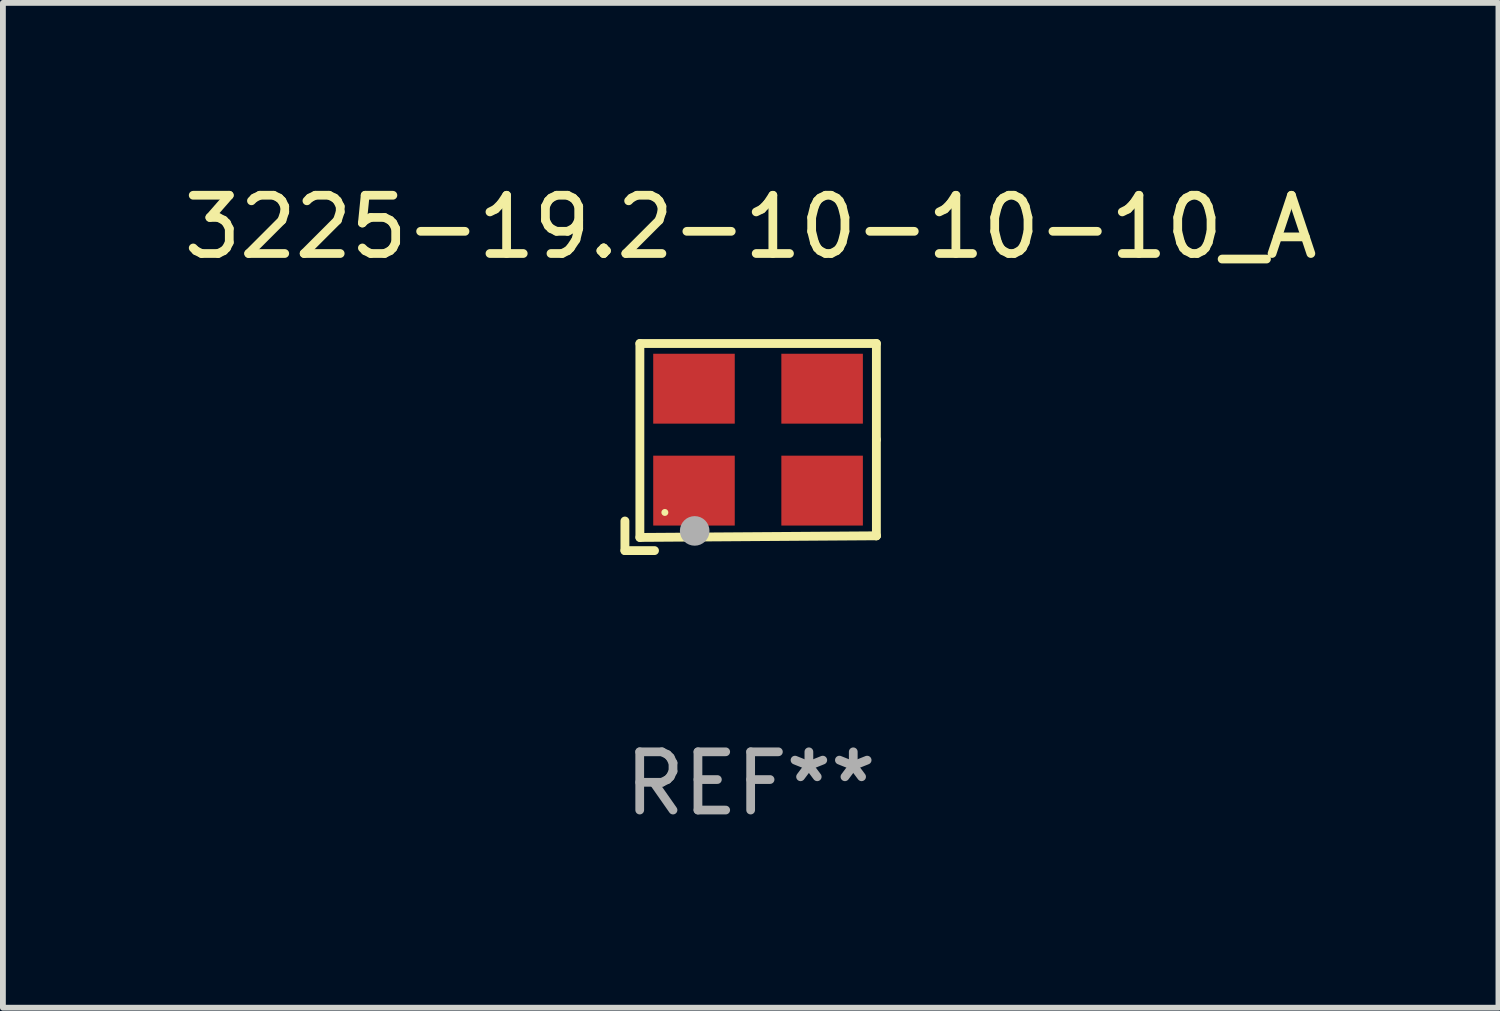
<source format=kicad_pcb>
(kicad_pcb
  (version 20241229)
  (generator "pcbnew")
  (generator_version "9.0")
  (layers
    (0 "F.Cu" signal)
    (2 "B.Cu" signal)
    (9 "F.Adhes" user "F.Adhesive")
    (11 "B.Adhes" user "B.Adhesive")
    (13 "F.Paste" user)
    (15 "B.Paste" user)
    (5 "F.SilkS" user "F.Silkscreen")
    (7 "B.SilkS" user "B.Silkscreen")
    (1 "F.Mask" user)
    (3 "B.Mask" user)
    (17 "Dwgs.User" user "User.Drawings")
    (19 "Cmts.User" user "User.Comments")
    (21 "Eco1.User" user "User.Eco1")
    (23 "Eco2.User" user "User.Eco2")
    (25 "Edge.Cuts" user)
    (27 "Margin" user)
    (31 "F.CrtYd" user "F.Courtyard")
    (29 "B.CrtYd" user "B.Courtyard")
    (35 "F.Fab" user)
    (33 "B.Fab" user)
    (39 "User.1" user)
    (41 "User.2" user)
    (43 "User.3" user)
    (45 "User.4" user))
  (footprint "3225-19.2-10-10-10_A"
    (layer "F.Cu")
    (at 9.839 4.626)
    (property "Reference" "3225-19.2-10-10-10_A" (at 0 -3.778 0) (layer "F.SilkS") (effects (font (size 1 1) (thickness 0.15))))
    (attr through_hole)
    (fp_line (start -2.159 1.27) (end -2.159 1.778) (stroke (width 0.152) (type solid)) (layer "F.SilkS"))
    (fp_line (start -2.159 1.778) (end -1.651 1.778) (stroke (width 0.152) (type solid)) (layer "F.SilkS"))
    (fp_line (start -1.902 -1.778) (end 2.159 -1.778) (stroke (width 0.152) (type solid)) (layer "F.SilkS"))
    (fp_line (start -1.902 1.552) (end -1.902 -1.778) (stroke (width 0.152) (type solid)) (layer "F.SilkS"))
    (fp_line (start 2.159 -1.778) (end 2.159 -0.127) (stroke (width 0.152) (type solid)) (layer "F.SilkS"))
    (fp_line (start 2.159 -0.127) (end 2.159 1.524) (stroke (width 0.152) (type solid)) (layer "F.SilkS"))
    (fp_line (start 2.159 1.524) (end -1.902 1.552) (stroke (width 0.152) (type solid)) (layer "F.SilkS"))
    (fp_line (start 2.159 1.524) (end 2.159 1.524) (stroke (width 0.152) (type solid)) (layer "F.SilkS"))
    (fp_circle (center -1.473 1.123) (end -1.443 1.123) (stroke (width 0.06) (type solid)) (fill no) (layer "F.SilkS"))
    (fp_circle (center -0.961 1.44) (end -0.834 1.44) (stroke (width 0.254) (type solid)) (fill no) (layer "F.Fab"))
    (fp_text user "REF**" (at 0 5.778 0) (layer "F.Fab") (effects (font (size 1 1) (thickness 0.15))))
    (pad "1" smd rect (at -0.973 0.748) (size 1.4 1.2) (layers "F.Cu" "F.Mask" "F.Paste"))
    (pad "2" smd rect (at 1.227 0.748) (size 1.4 1.2) (layers "F.Cu" "F.Mask" "F.Paste"))
    (pad "3" smd rect (at 1.227 -1.002) (size 1.4 1.2) (layers "F.Cu" "F.Mask" "F.Paste"))
    (pad "4" smd rect (at -0.973 -1.002) (size 1.4 1.2) (layers "F.Cu" "F.Mask" "F.Paste")))
  (gr_rect
    (start -3 -3)
    (end 22.679 14.253)
    (stroke (width 0.1) (type default))
    (fill no)
    (layer "Edge.Cuts")))
</source>
